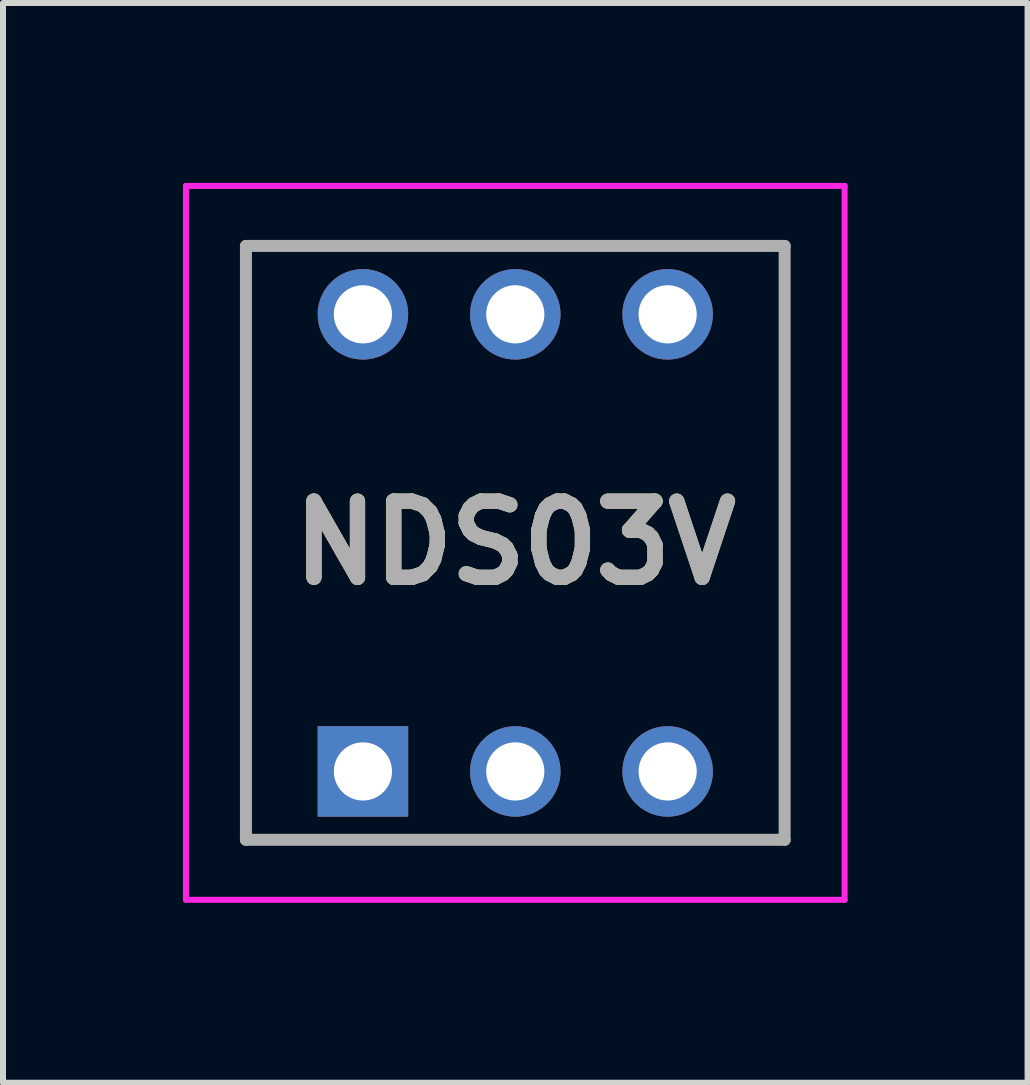
<source format=kicad_pcb>
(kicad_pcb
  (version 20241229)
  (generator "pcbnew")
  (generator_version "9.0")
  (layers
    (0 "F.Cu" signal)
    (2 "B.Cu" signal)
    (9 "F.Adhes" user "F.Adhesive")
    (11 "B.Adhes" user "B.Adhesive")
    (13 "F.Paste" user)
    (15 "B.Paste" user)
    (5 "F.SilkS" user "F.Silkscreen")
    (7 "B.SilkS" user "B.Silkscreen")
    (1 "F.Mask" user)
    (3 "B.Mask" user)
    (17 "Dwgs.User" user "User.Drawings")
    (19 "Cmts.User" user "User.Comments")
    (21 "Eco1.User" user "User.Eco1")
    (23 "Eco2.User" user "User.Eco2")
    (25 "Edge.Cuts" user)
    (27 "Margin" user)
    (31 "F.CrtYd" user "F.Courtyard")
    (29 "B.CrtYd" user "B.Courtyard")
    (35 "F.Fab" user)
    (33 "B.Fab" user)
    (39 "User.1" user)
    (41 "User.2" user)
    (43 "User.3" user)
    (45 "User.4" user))
  (footprint "NDS03V"
    (layer "F.Cu")
    (at 3 9.81)
    (property "Reference" "NDS03V" (at 2.54 -3.81 0) (layer "F.SilkS") (effects (font (size 1.27 1.27) (thickness 0.254))))
    (attr through_hole)
    (fp_line (start -1.95 -8.76) (end 7.03 -8.76) (stroke (width 0.1) (type solid)) (layer "F.SilkS"))
    (fp_line (start -1.95 1.14) (end -1.95 -8.76) (stroke (width 0.1) (type solid)) (layer "F.SilkS"))
    (fp_line (start 7.03 -8.76) (end 7.03 1.14) (stroke (width 0.1) (type solid)) (layer "F.SilkS"))
    (fp_line (start 7.03 1.14) (end -1.95 1.14) (stroke (width 0.1) (type solid)) (layer "F.SilkS"))
    (fp_line (start -2.95 -9.76) (end 8.03 -9.76) (stroke (width 0.1) (type solid)) (layer "F.CrtYd"))
    (fp_line (start -2.95 2.14) (end -2.95 -9.76) (stroke (width 0.1) (type solid)) (layer "F.CrtYd"))
    (fp_line (start 8.03 -9.76) (end 8.03 2.14) (stroke (width 0.1) (type solid)) (layer "F.CrtYd"))
    (fp_line (start 8.03 2.14) (end -2.95 2.14) (stroke (width 0.1) (type solid)) (layer "F.CrtYd"))
    (fp_line (start -1.95 -8.76) (end 7.03 -8.76) (stroke (width 0.2) (type solid)) (layer "F.Fab"))
    (fp_line (start -1.95 1.14) (end -1.95 -8.76) (stroke (width 0.2) (type solid)) (layer "F.Fab"))
    (fp_line (start 7.03 -8.76) (end 7.03 1.14) (stroke (width 0.2) (type solid)) (layer "F.Fab"))
    (fp_line (start 7.03 1.14) (end -1.95 1.14) (stroke (width 0.2) (type solid)) (layer "F.Fab"))
    (fp_text user "${REFERENCE}" (at 2.54 -3.81 0) (layer "F.Fab") (effects (font (size 1.27 1.27) (thickness 0.254))))
    (pad "1" thru_hole rect (at 0 0) (size 1.509 1.509) (drill 0.97) (layers "*.Cu" "*.Mask"))
    (pad "2" thru_hole circle (at 0 -7.62) (size 1.509 1.509) (drill 0.97) (layers "*.Cu" "*.Mask"))
    (pad "3" thru_hole circle (at 2.54 0) (size 1.509 1.509) (drill 0.97) (layers "*.Cu" "*.Mask"))
    (pad "4" thru_hole circle (at 2.54 -7.62) (size 1.509 1.509) (drill 0.97) (layers "*.Cu" "*.Mask"))
    (pad "5" thru_hole circle (at 5.08 0) (size 1.509 1.509) (drill 0.97) (layers "*.Cu" "*.Mask"))
    (pad "6" thru_hole circle (at 5.08 -7.62) (size 1.509 1.509) (drill 0.97) (layers "*.Cu" "*.Mask")))
  (gr_rect
    (start -3 -3)
    (end 14.08 15)
    (stroke (width 0.1) (type default))
    (fill no)
    (layer "Edge.Cuts")))
</source>
